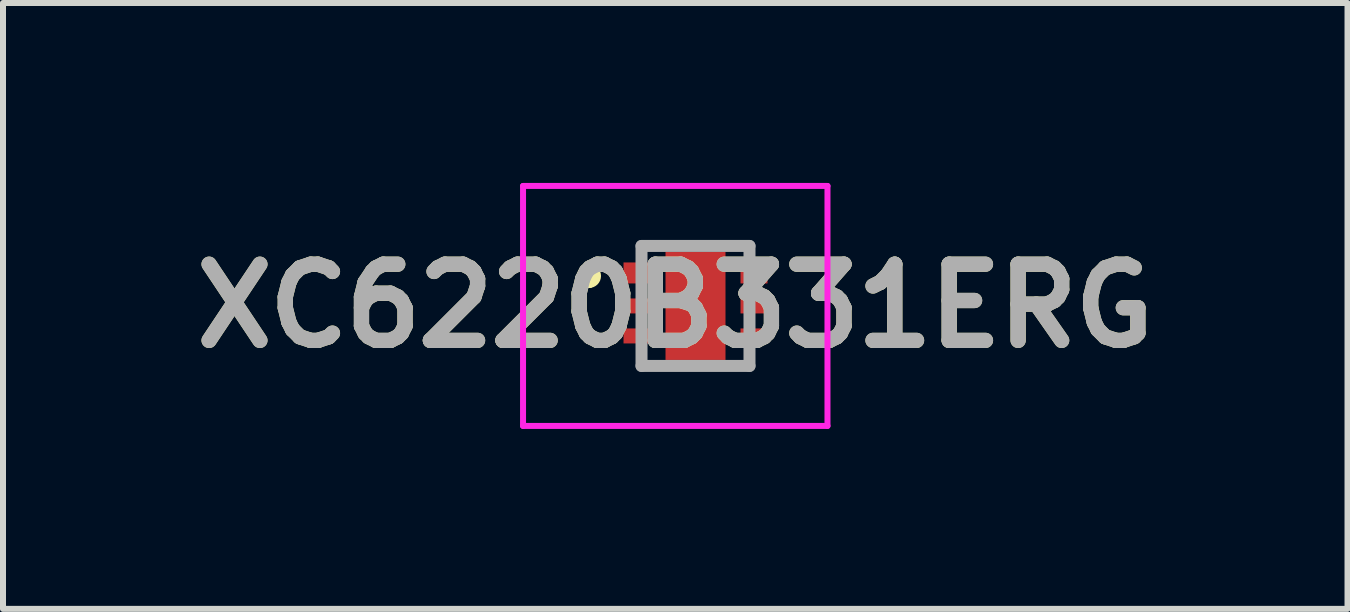
<source format=kicad_pcb>
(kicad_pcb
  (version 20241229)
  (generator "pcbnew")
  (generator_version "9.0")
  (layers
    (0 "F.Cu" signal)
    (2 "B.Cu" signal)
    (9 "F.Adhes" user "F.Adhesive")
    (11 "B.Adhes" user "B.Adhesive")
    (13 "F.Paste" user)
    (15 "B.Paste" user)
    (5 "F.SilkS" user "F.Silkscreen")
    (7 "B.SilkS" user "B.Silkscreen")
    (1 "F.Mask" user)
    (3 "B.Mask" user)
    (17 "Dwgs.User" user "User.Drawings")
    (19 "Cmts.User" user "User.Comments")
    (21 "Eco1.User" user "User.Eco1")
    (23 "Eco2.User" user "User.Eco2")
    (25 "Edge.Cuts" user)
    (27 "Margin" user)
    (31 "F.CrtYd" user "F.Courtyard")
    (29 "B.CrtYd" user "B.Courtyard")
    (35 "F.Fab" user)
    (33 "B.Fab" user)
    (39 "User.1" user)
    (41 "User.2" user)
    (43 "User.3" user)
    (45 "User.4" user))
  (footprint "XC6220B331ERG"
    (layer "F.Cu")
    (at 8.094 2.05)
    (property "Reference" "XC6220B331ERG" (at 0.113 0 0) (layer "F.SilkS") (effects (font (size 1.27 1.27) (thickness 0.254))))
    (attr smd)
    (fp_line (start -1.325 -0.6) (end -1.325 -0.6) (stroke (width 0.2) (type solid)) (layer "F.SilkS"))
    (fp_line (start -1.325 -0.4) (end -1.325 -0.4) (stroke (width 0.2) (type solid)) (layer "F.SilkS"))
    (fp_line (start -0.45 0.8) (end -0.45 1) (stroke (width 0.1) (type solid)) (layer "F.SilkS"))
    (fp_line (start -0.45 1) (end -0.225 1) (stroke (width 0.1) (type solid)) (layer "F.SilkS"))
    (fp_line (start 1.175 1) (end 1.375 1) (stroke (width 0.1) (type solid)) (layer "F.SilkS"))
    (fp_line (start 1.375 1) (end 1.375 0.8) (stroke (width 0.1) (type solid)) (layer "F.SilkS"))
    (fp_arc (start -1.325 -0.6) (mid -1.225 -0.5) (end -1.325 -0.4) (stroke (width 0.2) (type solid)) (layer "F.SilkS"))
    (fp_arc (start -1.325 -0.4) (mid -1.425 -0.5) (end -1.325 -0.6) (stroke (width 0.2) (type solid)) (layer "F.SilkS"))
    (fp_line (start -2.425 -2) (end 2.65 -2) (stroke (width 0.1) (type solid)) (layer "F.CrtYd"))
    (fp_line (start -2.425 2) (end -2.425 -2) (stroke (width 0.1) (type solid)) (layer "F.CrtYd"))
    (fp_line (start 2.65 -2) (end 2.65 2) (stroke (width 0.1) (type solid)) (layer "F.CrtYd"))
    (fp_line (start 2.65 2) (end -2.425 2) (stroke (width 0.1) (type solid)) (layer "F.CrtYd"))
    (fp_line (start -0.45 -1) (end 1.35 -1) (stroke (width 0.2) (type solid)) (layer "F.Fab"))
    (fp_line (start -0.45 1) (end -0.45 -1) (stroke (width 0.2) (type solid)) (layer "F.Fab"))
    (fp_line (start 1.35 -1) (end 1.35 1) (stroke (width 0.2) (type solid)) (layer "F.Fab"))
    (fp_line (start 1.35 1) (end -0.45 1) (stroke (width 0.2) (type solid)) (layer "F.Fab"))
    (fp_text user "${REFERENCE}" (at 0.113 0 0) (layer "F.Fab") (effects (font (size 1.27 1.27) (thickness 0.254))))
    (pad "1" smd rect (at -0.525 -0.55 90) (size 0.35 0.45) (layers "F.Cu" "F.Mask" "F.Paste"))
    (pad "2" smd rect (at -0.525 0 90) (size 0.25 0.45) (layers "F.Cu" "F.Mask" "F.Paste"))
    (pad "3" smd rect (at -0.525 0.5 90) (size 0.25 0.45) (layers "F.Cu" "F.Mask" "F.Paste"))
    (pad "4" smd rect (at 1.425 0.5 90) (size 0.25 0.45) (layers "F.Cu" "F.Mask" "F.Paste"))
    (pad "5" smd rect (at 1.425 0 90) (size 0.25 0.45) (layers "F.Cu" "F.Mask" "F.Paste"))
    (pad "6" smd rect (at 1.425 -0.5 90) (size 0.25 0.45) (layers "F.Cu" "F.Mask" "F.Paste"))
    (pad "7" smd rect (at 0.45 0) (size 1 1.8) (layers "F.Cu" "F.Mask" "F.Paste")))
  (gr_rect
    (start -3 -3)
    (end 19.413 7.1)
    (stroke (width 0.1) (type default))
    (fill no)
    (layer "Edge.Cuts")))
</source>
